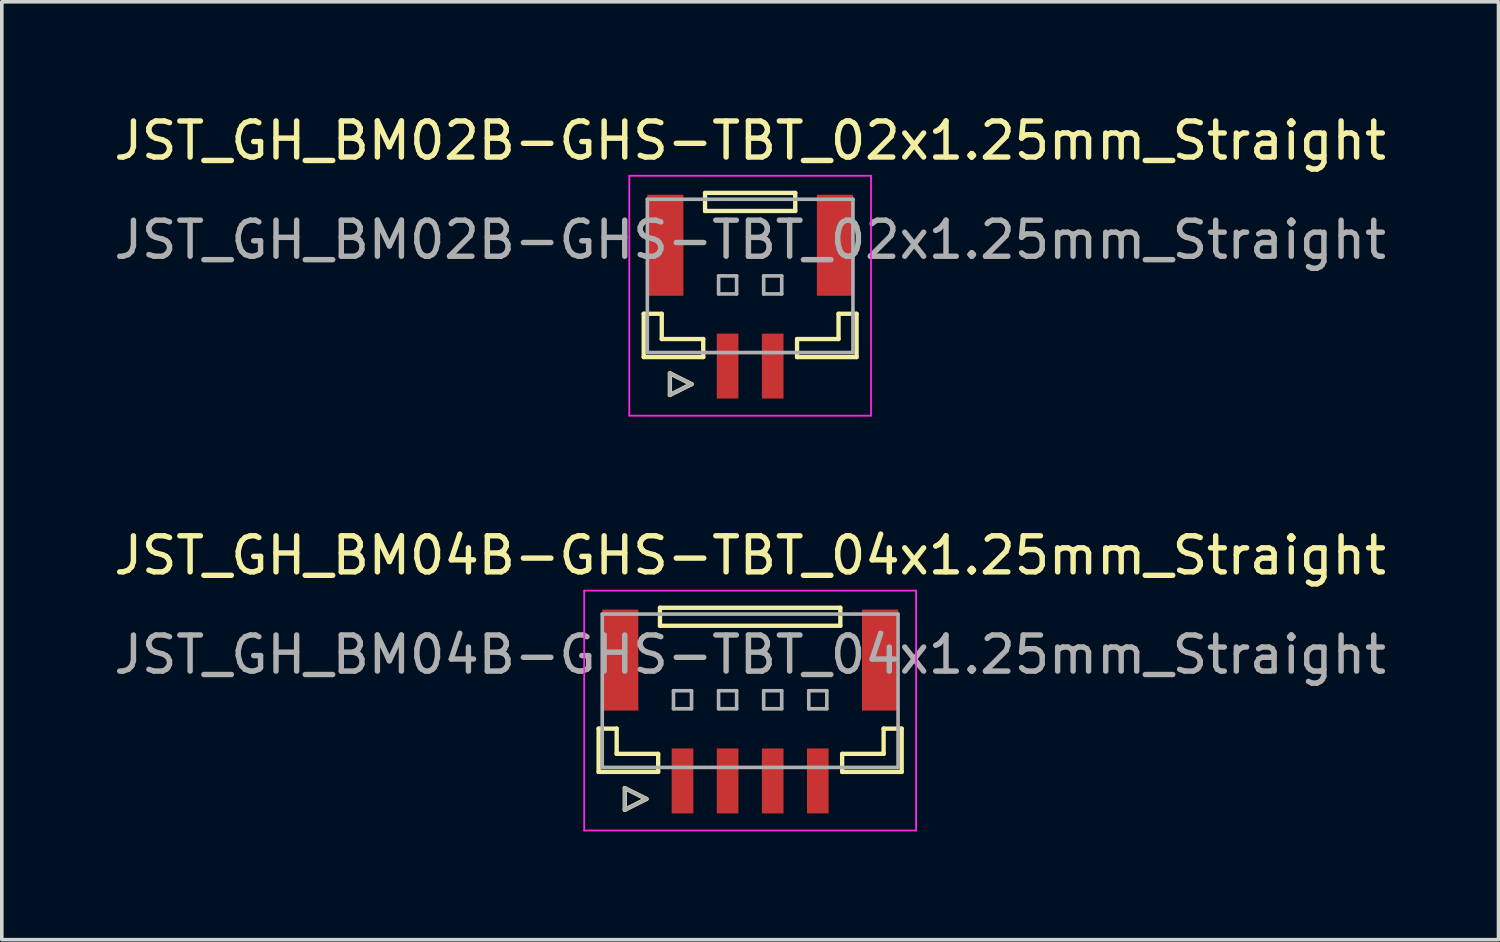
<source format=kicad_pcb>
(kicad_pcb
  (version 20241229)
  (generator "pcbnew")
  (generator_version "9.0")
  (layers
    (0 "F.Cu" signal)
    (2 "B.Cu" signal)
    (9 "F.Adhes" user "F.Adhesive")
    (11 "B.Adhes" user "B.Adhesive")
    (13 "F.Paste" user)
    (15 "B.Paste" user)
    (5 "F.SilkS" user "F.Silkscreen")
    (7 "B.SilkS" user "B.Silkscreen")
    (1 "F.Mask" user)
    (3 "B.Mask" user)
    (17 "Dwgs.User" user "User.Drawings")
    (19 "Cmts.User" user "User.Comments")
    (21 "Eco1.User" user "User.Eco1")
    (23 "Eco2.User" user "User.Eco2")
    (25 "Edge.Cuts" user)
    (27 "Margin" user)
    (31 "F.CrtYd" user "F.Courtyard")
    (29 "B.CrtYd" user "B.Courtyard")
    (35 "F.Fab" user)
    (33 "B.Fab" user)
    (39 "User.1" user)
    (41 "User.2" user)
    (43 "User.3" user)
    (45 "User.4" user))
  (footprint "JST_GH_BM02B-GHS-TBT_02x1.25mm_Straight"
    (layer "F.Cu")
    (at 17.744 5.423)
    (property "Reference" "JST_GH_BM02B-GHS-TBT_02x1.25mm_Straight" (at 0 -4.575 0) (layer "F.SilkS") (effects (font (size 1 1) (thickness 0.15))))
    (attr smd)
    (fp_line (start -2.95 0.225) (end -2.95 1.425) (stroke (width 0.12) (type solid)) (layer "F.SilkS"))
    (fp_line (start -2.95 1.425) (end -1.3 1.425) (stroke (width 0.12) (type solid)) (layer "F.SilkS"))
    (fp_line (start -2.45 0.225) (end -2.95 0.225) (stroke (width 0.12) (type solid)) (layer "F.SilkS"))
    (fp_line (start -2.45 0.925) (end -2.45 0.225) (stroke (width 0.12) (type solid)) (layer "F.SilkS"))
    (fp_line (start -2.225 1.875) (end -1.625 2.175) (stroke (width 0.12) (type solid)) (layer "F.SilkS"))
    (fp_line (start -2.225 2.475) (end -2.225 1.875) (stroke (width 0.12) (type solid)) (layer "F.SilkS"))
    (fp_line (start -1.625 2.175) (end -2.225 2.475) (stroke (width 0.12) (type solid)) (layer "F.SilkS"))
    (fp_line (start -1.3 0.925) (end -2.45 0.925) (stroke (width 0.12) (type solid)) (layer "F.SilkS"))
    (fp_line (start -1.3 1.425) (end -1.3 0.925) (stroke (width 0.12) (type solid)) (layer "F.SilkS"))
    (fp_line (start -1.25 -3.125) (end 1.25 -3.125) (stroke (width 0.12) (type solid)) (layer "F.SilkS"))
    (fp_line (start -1.25 -2.625) (end -1.25 -3.125) (stroke (width 0.12) (type solid)) (layer "F.SilkS"))
    (fp_line (start 1.25 -3.125) (end 1.25 -2.625) (stroke (width 0.12) (type solid)) (layer "F.SilkS"))
    (fp_line (start 1.25 -2.625) (end -1.25 -2.625) (stroke (width 0.12) (type solid)) (layer "F.SilkS"))
    (fp_line (start 1.3 0.925) (end 2.45 0.925) (stroke (width 0.12) (type solid)) (layer "F.SilkS"))
    (fp_line (start 1.3 1.425) (end 1.3 0.925) (stroke (width 0.12) (type solid)) (layer "F.SilkS"))
    (fp_line (start 2.45 0.225) (end 2.95 0.225) (stroke (width 0.12) (type solid)) (layer "F.SilkS"))
    (fp_line (start 2.45 0.925) (end 2.45 0.225) (stroke (width 0.12) (type solid)) (layer "F.SilkS"))
    (fp_line (start 2.95 0.225) (end 2.95 1.425) (stroke (width 0.12) (type solid)) (layer "F.SilkS"))
    (fp_line (start 2.95 1.425) (end 1.3 1.425) (stroke (width 0.12) (type solid)) (layer "F.SilkS"))
    (fp_line (start -3.35 -3.6) (end 3.35 -3.6) (stroke (width 0.05) (type solid)) (layer "F.CrtYd"))
    (fp_line (start -3.35 3.05) (end -3.35 -3.6) (stroke (width 0.05) (type solid)) (layer "F.CrtYd"))
    (fp_line (start 3.35 -3.6) (end 3.35 3.05) (stroke (width 0.05) (type solid)) (layer "F.CrtYd"))
    (fp_line (start 3.35 3.05) (end -3.35 3.05) (stroke (width 0.05) (type solid)) (layer "F.CrtYd"))
    (fp_line (start -2.85 -2.95) (end 2.85 -2.95) (stroke (width 0.1) (type solid)) (layer "F.Fab"))
    (fp_line (start -2.85 1.3) (end -2.85 -2.95) (stroke (width 0.1) (type solid)) (layer "F.Fab"))
    (fp_line (start -2.225 1.875) (end -1.625 2.175) (stroke (width 0.1) (type solid)) (layer "F.Fab"))
    (fp_line (start -2.225 2.475) (end -2.225 1.875) (stroke (width 0.1) (type solid)) (layer "F.Fab"))
    (fp_line (start -1.625 2.175) (end -2.225 2.475) (stroke (width 0.1) (type solid)) (layer "F.Fab"))
    (fp_line (start -0.875 -0.825) (end -0.375 -0.825) (stroke (width 0.1) (type solid)) (layer "F.Fab"))
    (fp_line (start -0.875 -0.325) (end -0.875 -0.825) (stroke (width 0.1) (type solid)) (layer "F.Fab"))
    (fp_line (start -0.375 -0.825) (end -0.375 -0.325) (stroke (width 0.1) (type solid)) (layer "F.Fab"))
    (fp_line (start -0.375 -0.325) (end -0.875 -0.325) (stroke (width 0.1) (type solid)) (layer "F.Fab"))
    (fp_line (start 0.375 -0.825) (end 0.875 -0.825) (stroke (width 0.1) (type solid)) (layer "F.Fab"))
    (fp_line (start 0.375 -0.325) (end 0.375 -0.825) (stroke (width 0.1) (type solid)) (layer "F.Fab"))
    (fp_line (start 0.875 -0.825) (end 0.875 -0.325) (stroke (width 0.1) (type solid)) (layer "F.Fab"))
    (fp_line (start 0.875 -0.325) (end 0.375 -0.325) (stroke (width 0.1) (type solid)) (layer "F.Fab"))
    (fp_line (start 2.85 -2.95) (end 2.85 1.3) (stroke (width 0.1) (type solid)) (layer "F.Fab"))
    (fp_line (start 2.85 1.3) (end -2.85 1.3) (stroke (width 0.1) (type solid)) (layer "F.Fab"))
    (fp_text user "${REFERENCE}" (at 0 -1.825 0) (layer "F.Fab") (effects (font (size 1 1) (thickness 0.15))))
    (pad "" smd rect (at -2.35 -1.675) (size 1 2.8) (layers "F.Cu" "F.Mask" "F.Paste"))
    (pad "" smd rect (at 2.35 -1.675) (size 1 2.8) (layers "F.Cu" "F.Mask" "F.Paste"))
    (pad "1" smd rect (at -0.625 1.675) (size 0.6 1.8) (layers "F.Cu" "F.Mask" "F.Paste"))
    (pad "2" smd rect (at 0.625 1.675) (size 0.6 1.8) (layers "F.Cu" "F.Mask" "F.Paste")))
  (footprint "JST_GH_BM04B-GHS-TBT_04x1.25mm_Straight"
    (layer "F.Cu")
    (at 17.744 16.922)
    (property "Reference" "JST_GH_BM04B-GHS-TBT_04x1.25mm_Straight" (at 0 -4.575 0) (layer "F.SilkS") (effects (font (size 1 1) (thickness 0.15))))
    (attr smd)
    (fp_line (start -4.2 0.225) (end -4.2 1.425) (stroke (width 0.12) (type solid)) (layer "F.SilkS"))
    (fp_line (start -4.2 1.425) (end -2.55 1.425) (stroke (width 0.12) (type solid)) (layer "F.SilkS"))
    (fp_line (start -3.7 0.225) (end -4.2 0.225) (stroke (width 0.12) (type solid)) (layer "F.SilkS"))
    (fp_line (start -3.7 0.925) (end -3.7 0.225) (stroke (width 0.12) (type solid)) (layer "F.SilkS"))
    (fp_line (start -3.475 1.875) (end -2.875 2.175) (stroke (width 0.12) (type solid)) (layer "F.SilkS"))
    (fp_line (start -3.475 2.475) (end -3.475 1.875) (stroke (width 0.12) (type solid)) (layer "F.SilkS"))
    (fp_line (start -2.875 2.175) (end -3.475 2.475) (stroke (width 0.12) (type solid)) (layer "F.SilkS"))
    (fp_line (start -2.55 0.925) (end -3.7 0.925) (stroke (width 0.12) (type solid)) (layer "F.SilkS"))
    (fp_line (start -2.55 1.425) (end -2.55 0.925) (stroke (width 0.12) (type solid)) (layer "F.SilkS"))
    (fp_line (start -2.5 -3.125) (end 2.5 -3.125) (stroke (width 0.12) (type solid)) (layer "F.SilkS"))
    (fp_line (start -2.5 -2.625) (end -2.5 -3.125) (stroke (width 0.12) (type solid)) (layer "F.SilkS"))
    (fp_line (start 2.5 -3.125) (end 2.5 -2.625) (stroke (width 0.12) (type solid)) (layer "F.SilkS"))
    (fp_line (start 2.5 -2.625) (end -2.5 -2.625) (stroke (width 0.12) (type solid)) (layer "F.SilkS"))
    (fp_line (start 2.55 0.925) (end 3.7 0.925) (stroke (width 0.12) (type solid)) (layer "F.SilkS"))
    (fp_line (start 2.55 1.425) (end 2.55 0.925) (stroke (width 0.12) (type solid)) (layer "F.SilkS"))
    (fp_line (start 3.7 0.225) (end 4.2 0.225) (stroke (width 0.12) (type solid)) (layer "F.SilkS"))
    (fp_line (start 3.7 0.925) (end 3.7 0.225) (stroke (width 0.12) (type solid)) (layer "F.SilkS"))
    (fp_line (start 4.2 0.225) (end 4.2 1.425) (stroke (width 0.12) (type solid)) (layer "F.SilkS"))
    (fp_line (start 4.2 1.425) (end 2.55 1.425) (stroke (width 0.12) (type solid)) (layer "F.SilkS"))
    (fp_line (start -4.6 -3.6) (end 4.6 -3.6) (stroke (width 0.05) (type solid)) (layer "F.CrtYd"))
    (fp_line (start -4.6 3.05) (end -4.6 -3.6) (stroke (width 0.05) (type solid)) (layer "F.CrtYd"))
    (fp_line (start 4.6 -3.6) (end 4.6 3.05) (stroke (width 0.05) (type solid)) (layer "F.CrtYd"))
    (fp_line (start 4.6 3.05) (end -4.6 3.05) (stroke (width 0.05) (type solid)) (layer "F.CrtYd"))
    (fp_line (start -4.1 -2.95) (end 4.1 -2.95) (stroke (width 0.1) (type solid)) (layer "F.Fab"))
    (fp_line (start -4.1 1.3) (end -4.1 -2.95) (stroke (width 0.1) (type solid)) (layer "F.Fab"))
    (fp_line (start -3.475 1.875) (end -2.875 2.175) (stroke (width 0.1) (type solid)) (layer "F.Fab"))
    (fp_line (start -3.475 2.475) (end -3.475 1.875) (stroke (width 0.1) (type solid)) (layer "F.Fab"))
    (fp_line (start -2.875 2.175) (end -3.475 2.475) (stroke (width 0.1) (type solid)) (layer "F.Fab"))
    (fp_line (start -2.125 -0.825) (end -1.625 -0.825) (stroke (width 0.1) (type solid)) (layer "F.Fab"))
    (fp_line (start -2.125 -0.325) (end -2.125 -0.825) (stroke (width 0.1) (type solid)) (layer "F.Fab"))
    (fp_line (start -1.625 -0.825) (end -1.625 -0.325) (stroke (width 0.1) (type solid)) (layer "F.Fab"))
    (fp_line (start -1.625 -0.325) (end -2.125 -0.325) (stroke (width 0.1) (type solid)) (layer "F.Fab"))
    (fp_line (start -0.875 -0.825) (end -0.375 -0.825) (stroke (width 0.1) (type solid)) (layer "F.Fab"))
    (fp_line (start -0.875 -0.325) (end -0.875 -0.825) (stroke (width 0.1) (type solid)) (layer "F.Fab"))
    (fp_line (start -0.375 -0.825) (end -0.375 -0.325) (stroke (width 0.1) (type solid)) (layer "F.Fab"))
    (fp_line (start -0.375 -0.325) (end -0.875 -0.325) (stroke (width 0.1) (type solid)) (layer "F.Fab"))
    (fp_line (start 0.375 -0.825) (end 0.875 -0.825) (stroke (width 0.1) (type solid)) (layer "F.Fab"))
    (fp_line (start 0.375 -0.325) (end 0.375 -0.825) (stroke (width 0.1) (type solid)) (layer "F.Fab"))
    (fp_line (start 0.875 -0.825) (end 0.875 -0.325) (stroke (width 0.1) (type solid)) (layer "F.Fab"))
    (fp_line (start 0.875 -0.325) (end 0.375 -0.325) (stroke (width 0.1) (type solid)) (layer "F.Fab"))
    (fp_line (start 1.625 -0.825) (end 2.125 -0.825) (stroke (width 0.1) (type solid)) (layer "F.Fab"))
    (fp_line (start 1.625 -0.325) (end 1.625 -0.825) (stroke (width 0.1) (type solid)) (layer "F.Fab"))
    (fp_line (start 2.125 -0.825) (end 2.125 -0.325) (stroke (width 0.1) (type solid)) (layer "F.Fab"))
    (fp_line (start 2.125 -0.325) (end 1.625 -0.325) (stroke (width 0.1) (type solid)) (layer "F.Fab"))
    (fp_line (start 4.1 -2.95) (end 4.1 1.3) (stroke (width 0.1) (type solid)) (layer "F.Fab"))
    (fp_line (start 4.1 1.3) (end -4.1 1.3) (stroke (width 0.1) (type solid)) (layer "F.Fab"))
    (fp_text user "${REFERENCE}" (at 0 -1.825 0) (layer "F.Fab") (effects (font (size 1 1) (thickness 0.15))))
    (pad "" smd rect (at -3.6 -1.675) (size 1 2.8) (layers "F.Cu" "F.Mask" "F.Paste"))
    (pad "" smd rect (at 3.6 -1.675) (size 1 2.8) (layers "F.Cu" "F.Mask" "F.Paste"))
    (pad "1" smd rect (at -1.875 1.675) (size 0.6 1.8) (layers "F.Cu" "F.Mask" "F.Paste"))
    (pad "2" smd rect (at -0.625 1.675) (size 0.6 1.8) (layers "F.Cu" "F.Mask" "F.Paste"))
    (pad "3" smd rect (at 0.625 1.675) (size 0.6 1.8) (layers "F.Cu" "F.Mask" "F.Paste"))
    (pad "4" smd rect (at 1.875 1.675) (size 0.6 1.8) (layers "F.Cu" "F.Mask" "F.Paste")))
  (gr_rect
    (start -3 -3)
    (end 38.488 22.997)
    (stroke (width 0.1) (type default))
    (fill no)
    (layer "Edge.Cuts")))
</source>
